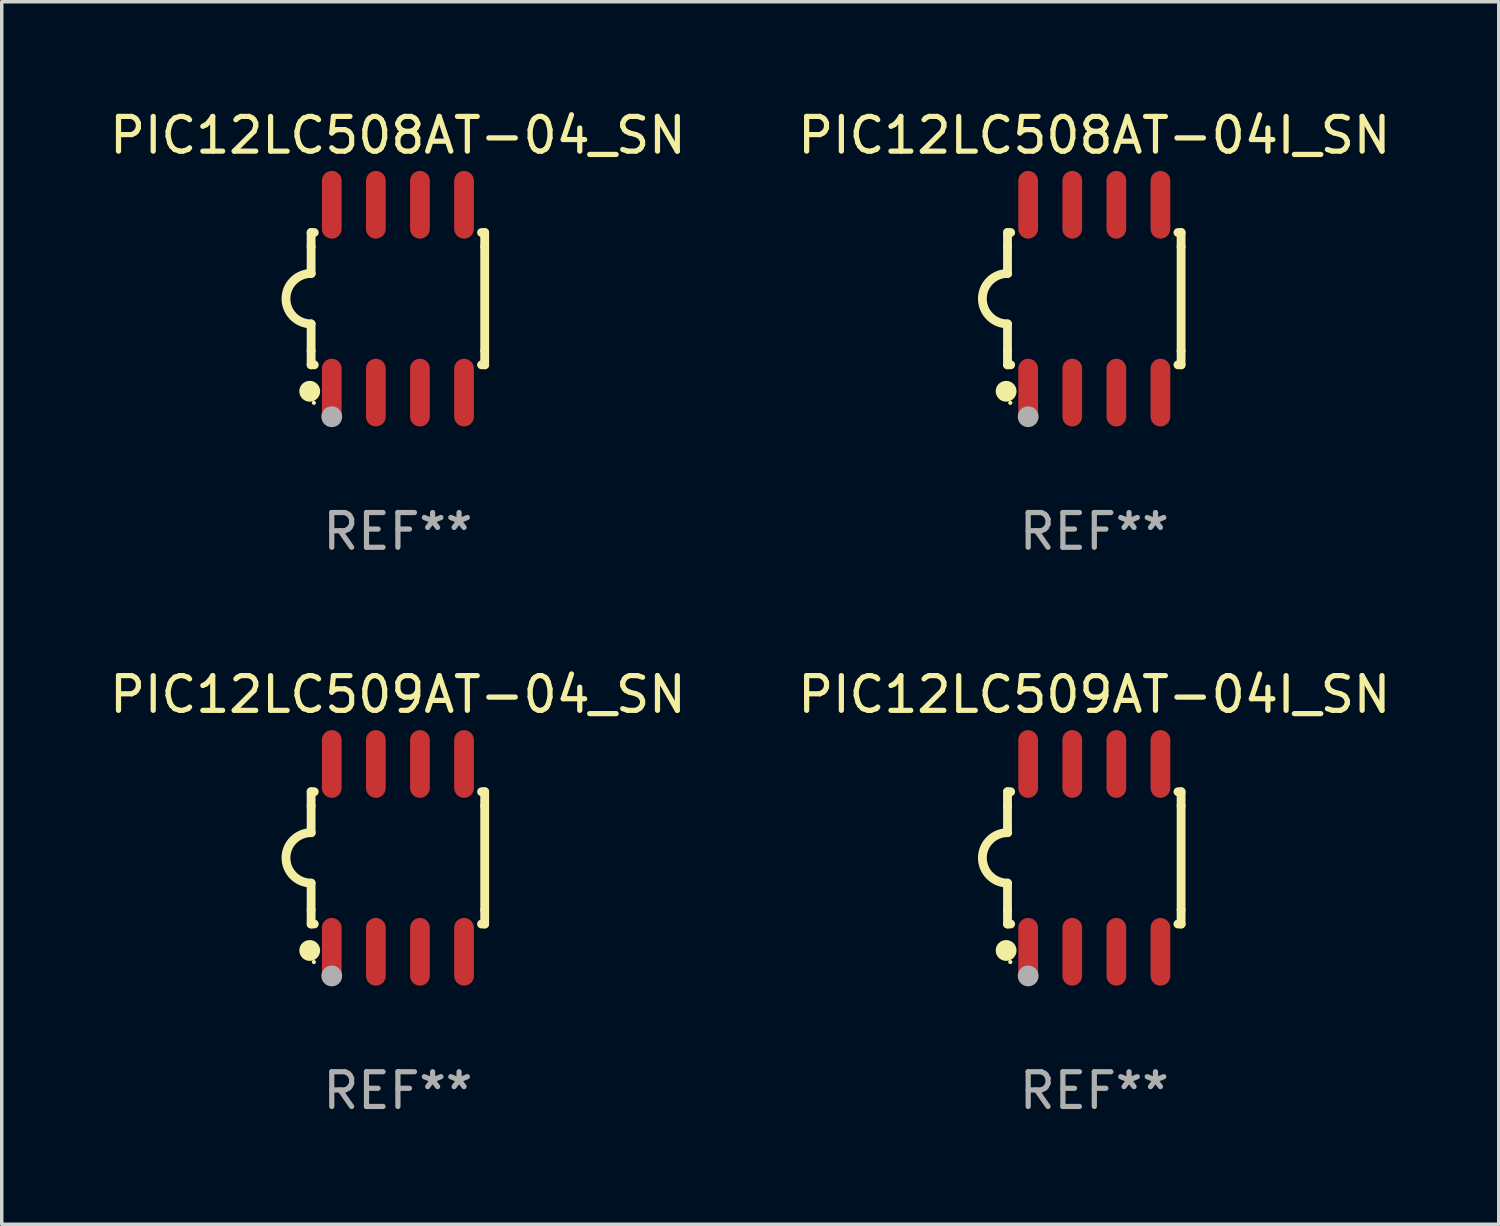
<source format=kicad_pcb>
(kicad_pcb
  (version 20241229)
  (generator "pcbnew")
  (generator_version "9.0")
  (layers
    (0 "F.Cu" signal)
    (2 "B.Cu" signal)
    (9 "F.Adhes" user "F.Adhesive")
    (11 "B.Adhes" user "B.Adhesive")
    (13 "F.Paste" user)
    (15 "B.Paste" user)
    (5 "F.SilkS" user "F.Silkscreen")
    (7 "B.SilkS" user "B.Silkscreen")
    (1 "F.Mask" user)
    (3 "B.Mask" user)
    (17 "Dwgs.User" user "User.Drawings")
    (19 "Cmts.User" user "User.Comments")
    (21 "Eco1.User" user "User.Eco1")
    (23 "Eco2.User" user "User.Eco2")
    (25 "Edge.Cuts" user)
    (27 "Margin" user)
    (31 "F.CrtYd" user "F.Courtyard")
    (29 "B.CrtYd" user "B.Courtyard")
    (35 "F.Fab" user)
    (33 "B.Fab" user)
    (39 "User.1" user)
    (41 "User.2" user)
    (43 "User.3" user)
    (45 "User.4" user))
  (footprint "PIC12LC508AT-04I_SN"
    (layer "F.Cu")
    (at 28.47 5.553)
    (property "Reference" "PIC12LC508AT-04I_SN" (at 0 -4.705 0) (layer "F.SilkS") (effects (font (size 1 1) (thickness 0.15))))
    (attr through_hole)
    (fp_line (start -2.5 -1.905) (end -2.409 -1.905) (stroke (width 0.254) (type solid)) (layer "F.SilkS"))
    (fp_line (start -2.5 -1.5) (end -2.5 -1.905) (stroke (width 0.254) (type solid)) (layer "F.SilkS"))
    (fp_line (start -2.5 -1.5) (end -2.5 -0.726) (stroke (width 0.254) (type solid)) (layer "F.SilkS"))
    (fp_line (start -2.5 1.5) (end -2.5 0.727) (stroke (width 0.254) (type solid)) (layer "F.SilkS"))
    (fp_line (start -2.5 1.5) (end -2.5 1.905) (stroke (width 0.254) (type solid)) (layer "F.SilkS"))
    (fp_line (start -2.5 1.905) (end -2.409 1.905) (stroke (width 0.254) (type solid)) (layer "F.SilkS"))
    (fp_line (start 2.5 -1.905) (end 2.409 -1.905) (stroke (width 0.254) (type solid)) (layer "F.SilkS"))
    (fp_line (start 2.5 -1.5) (end 2.5 -1.905) (stroke (width 0.254) (type solid)) (layer "F.SilkS"))
    (fp_line (start 2.5 -1.5) (end 2.5 1.5) (stroke (width 0.254) (type solid)) (layer "F.SilkS"))
    (fp_line (start 2.5 1.5) (end 2.5 1.905) (stroke (width 0.254) (type solid)) (layer "F.SilkS"))
    (fp_line (start 2.5 1.905) (end 2.409 1.905) (stroke (width 0.254) (type solid)) (layer "F.SilkS"))
    (fp_arc (start -2.5 0.726568) (mid -3.220316 -0.0023) (end -2.495097 -0.726289) (stroke (width 0.254001) (type solid)) (layer "F.SilkS"))
    (fp_circle (center -2.54 2.667) (end -2.39 2.667) (stroke (width 0.3) (type solid)) (fill no) (layer "F.SilkS"))
    (fp_circle (center -2.42 3) (end -2.39 3) (stroke (width 0.06) (type solid)) (fill no) (layer "F.SilkS"))
    (fp_circle (center -1.905 3.4) (end -1.755 3.4) (stroke (width 0.3) (type solid)) (fill no) (layer "F.Fab"))
    (fp_text user "REF**" (at 0 6.705 0) (layer "F.Fab") (effects (font (size 1 1) (thickness 0.15))))
    (pad "1" smd oval (at -1.905 2.705) (size 0.568 1.95) (layers "F.Cu" "F.Mask" "F.Paste"))
    (pad "2" smd oval (at -0.635 2.705) (size 0.568 1.95) (layers "F.Cu" "F.Mask" "F.Paste"))
    (pad "3" smd oval (at 0.635 2.705) (size 0.568 1.95) (layers "F.Cu" "F.Mask" "F.Paste"))
    (pad "4" smd oval (at 1.905 2.705) (size 0.568 1.95) (layers "F.Cu" "F.Mask" "F.Paste"))
    (pad "5" smd oval (at 1.905 -2.705) (size 0.568 1.95) (layers "F.Cu" "F.Mask" "F.Paste"))
    (pad "6" smd oval (at 0.635 -2.705) (size 0.568 1.95) (layers "F.Cu" "F.Mask" "F.Paste"))
    (pad "7" smd oval (at -0.635 -2.705) (size 0.568 1.95) (layers "F.Cu" "F.Mask" "F.Paste"))
    (pad "8" smd oval (at -1.905 -2.705) (size 0.568 1.95) (layers "F.Cu" "F.Mask" "F.Paste")))
  (footprint "PIC12LC509AT-04I_SN"
    (layer "F.Cu")
    (at 28.47 21.66)
    (property "Reference" "PIC12LC509AT-04I_SN" (at 0 -4.705 0) (layer "F.SilkS") (effects (font (size 1 1) (thickness 0.15))))
    (attr through_hole)
    (fp_line (start -2.5 -1.905) (end -2.409 -1.905) (stroke (width 0.254) (type solid)) (layer "F.SilkS"))
    (fp_line (start -2.5 -1.5) (end -2.5 -1.905) (stroke (width 0.254) (type solid)) (layer "F.SilkS"))
    (fp_line (start -2.5 -1.5) (end -2.5 -0.726) (stroke (width 0.254) (type solid)) (layer "F.SilkS"))
    (fp_line (start -2.5 1.5) (end -2.5 0.727) (stroke (width 0.254) (type solid)) (layer "F.SilkS"))
    (fp_line (start -2.5 1.5) (end -2.5 1.905) (stroke (width 0.254) (type solid)) (layer "F.SilkS"))
    (fp_line (start -2.5 1.905) (end -2.409 1.905) (stroke (width 0.254) (type solid)) (layer "F.SilkS"))
    (fp_line (start 2.5 -1.905) (end 2.409 -1.905) (stroke (width 0.254) (type solid)) (layer "F.SilkS"))
    (fp_line (start 2.5 -1.5) (end 2.5 -1.905) (stroke (width 0.254) (type solid)) (layer "F.SilkS"))
    (fp_line (start 2.5 -1.5) (end 2.5 1.5) (stroke (width 0.254) (type solid)) (layer "F.SilkS"))
    (fp_line (start 2.5 1.5) (end 2.5 1.905) (stroke (width 0.254) (type solid)) (layer "F.SilkS"))
    (fp_line (start 2.5 1.905) (end 2.409 1.905) (stroke (width 0.254) (type solid)) (layer "F.SilkS"))
    (fp_arc (start -2.5 0.726568) (mid -3.220316 -0.0023) (end -2.495097 -0.726289) (stroke (width 0.254001) (type solid)) (layer "F.SilkS"))
    (fp_circle (center -2.54 2.667) (end -2.39 2.667) (stroke (width 0.3) (type solid)) (fill no) (layer "F.SilkS"))
    (fp_circle (center -2.42 3) (end -2.39 3) (stroke (width 0.06) (type solid)) (fill no) (layer "F.SilkS"))
    (fp_circle (center -1.905 3.4) (end -1.755 3.4) (stroke (width 0.3) (type solid)) (fill no) (layer "F.Fab"))
    (fp_text user "REF**" (at 0 6.705 0) (layer "F.Fab") (effects (font (size 1 1) (thickness 0.15))))
    (pad "1" smd oval (at -1.905 2.705) (size 0.568 1.95) (layers "F.Cu" "F.Mask" "F.Paste"))
    (pad "2" smd oval (at -0.635 2.705) (size 0.568 1.95) (layers "F.Cu" "F.Mask" "F.Paste"))
    (pad "3" smd oval (at 0.635 2.705) (size 0.568 1.95) (layers "F.Cu" "F.Mask" "F.Paste"))
    (pad "4" smd oval (at 1.905 2.705) (size 0.568 1.95) (layers "F.Cu" "F.Mask" "F.Paste"))
    (pad "5" smd oval (at 1.905 -2.705) (size 0.568 1.95) (layers "F.Cu" "F.Mask" "F.Paste"))
    (pad "6" smd oval (at 0.635 -2.705) (size 0.568 1.95) (layers "F.Cu" "F.Mask" "F.Paste"))
    (pad "7" smd oval (at -0.635 -2.705) (size 0.568 1.95) (layers "F.Cu" "F.Mask" "F.Paste"))
    (pad "8" smd oval (at -1.905 -2.705) (size 0.568 1.95) (layers "F.Cu" "F.Mask" "F.Paste")))
  (footprint "PIC12LC509AT-04_SN"
    (layer "F.Cu")
    (at 8.411 21.66)
    (property "Reference" "PIC12LC509AT-04_SN" (at 0 -4.705 0) (layer "F.SilkS") (effects (font (size 1 1) (thickness 0.15))))
    (attr through_hole)
    (fp_line (start -2.5 -1.905) (end -2.409 -1.905) (stroke (width 0.254) (type solid)) (layer "F.SilkS"))
    (fp_line (start -2.5 -1.5) (end -2.5 -1.905) (stroke (width 0.254) (type solid)) (layer "F.SilkS"))
    (fp_line (start -2.5 -1.5) (end -2.5 -0.726) (stroke (width 0.254) (type solid)) (layer "F.SilkS"))
    (fp_line (start -2.5 1.5) (end -2.5 0.727) (stroke (width 0.254) (type solid)) (layer "F.SilkS"))
    (fp_line (start -2.5 1.5) (end -2.5 1.905) (stroke (width 0.254) (type solid)) (layer "F.SilkS"))
    (fp_line (start -2.5 1.905) (end -2.409 1.905) (stroke (width 0.254) (type solid)) (layer "F.SilkS"))
    (fp_line (start 2.5 -1.905) (end 2.409 -1.905) (stroke (width 0.254) (type solid)) (layer "F.SilkS"))
    (fp_line (start 2.5 -1.5) (end 2.5 -1.905) (stroke (width 0.254) (type solid)) (layer "F.SilkS"))
    (fp_line (start 2.5 -1.5) (end 2.5 1.5) (stroke (width 0.254) (type solid)) (layer "F.SilkS"))
    (fp_line (start 2.5 1.5) (end 2.5 1.905) (stroke (width 0.254) (type solid)) (layer "F.SilkS"))
    (fp_line (start 2.5 1.905) (end 2.409 1.905) (stroke (width 0.254) (type solid)) (layer "F.SilkS"))
    (fp_arc (start -2.5 0.726568) (mid -3.220316 -0.0023) (end -2.495097 -0.726289) (stroke (width 0.254001) (type solid)) (layer "F.SilkS"))
    (fp_circle (center -2.54 2.667) (end -2.39 2.667) (stroke (width 0.3) (type solid)) (fill no) (layer "F.SilkS"))
    (fp_circle (center -2.42 3) (end -2.39 3) (stroke (width 0.06) (type solid)) (fill no) (layer "F.SilkS"))
    (fp_circle (center -1.905 3.4) (end -1.755 3.4) (stroke (width 0.3) (type solid)) (fill no) (layer "F.Fab"))
    (fp_text user "REF**" (at 0 6.705 0) (layer "F.Fab") (effects (font (size 1 1) (thickness 0.15))))
    (pad "1" smd oval (at -1.905 2.705) (size 0.568 1.95) (layers "F.Cu" "F.Mask" "F.Paste"))
    (pad "2" smd oval (at -0.635 2.705) (size 0.568 1.95) (layers "F.Cu" "F.Mask" "F.Paste"))
    (pad "3" smd oval (at 0.635 2.705) (size 0.568 1.95) (layers "F.Cu" "F.Mask" "F.Paste"))
    (pad "4" smd oval (at 1.905 2.705) (size 0.568 1.95) (layers "F.Cu" "F.Mask" "F.Paste"))
    (pad "5" smd oval (at 1.905 -2.705) (size 0.568 1.95) (layers "F.Cu" "F.Mask" "F.Paste"))
    (pad "6" smd oval (at 0.635 -2.705) (size 0.568 1.95) (layers "F.Cu" "F.Mask" "F.Paste"))
    (pad "7" smd oval (at -0.635 -2.705) (size 0.568 1.95) (layers "F.Cu" "F.Mask" "F.Paste"))
    (pad "8" smd oval (at -1.905 -2.705) (size 0.568 1.95) (layers "F.Cu" "F.Mask" "F.Paste")))
  (footprint "PIC12LC508AT-04_SN"
    (layer "F.Cu")
    (at 8.411 5.553)
    (property "Reference" "PIC12LC508AT-04_SN" (at 0 -4.705 0) (layer "F.SilkS") (effects (font (size 1 1) (thickness 0.15))))
    (attr through_hole)
    (fp_line (start -2.5 -1.905) (end -2.409 -1.905) (stroke (width 0.254) (type solid)) (layer "F.SilkS"))
    (fp_line (start -2.5 -1.5) (end -2.5 -1.905) (stroke (width 0.254) (type solid)) (layer "F.SilkS"))
    (fp_line (start -2.5 -1.5) (end -2.5 -0.726) (stroke (width 0.254) (type solid)) (layer "F.SilkS"))
    (fp_line (start -2.5 1.5) (end -2.5 0.727) (stroke (width 0.254) (type solid)) (layer "F.SilkS"))
    (fp_line (start -2.5 1.5) (end -2.5 1.905) (stroke (width 0.254) (type solid)) (layer "F.SilkS"))
    (fp_line (start -2.5 1.905) (end -2.409 1.905) (stroke (width 0.254) (type solid)) (layer "F.SilkS"))
    (fp_line (start 2.5 -1.905) (end 2.409 -1.905) (stroke (width 0.254) (type solid)) (layer "F.SilkS"))
    (fp_line (start 2.5 -1.5) (end 2.5 -1.905) (stroke (width 0.254) (type solid)) (layer "F.SilkS"))
    (fp_line (start 2.5 -1.5) (end 2.5 1.5) (stroke (width 0.254) (type solid)) (layer "F.SilkS"))
    (fp_line (start 2.5 1.5) (end 2.5 1.905) (stroke (width 0.254) (type solid)) (layer "F.SilkS"))
    (fp_line (start 2.5 1.905) (end 2.409 1.905) (stroke (width 0.254) (type solid)) (layer "F.SilkS"))
    (fp_arc (start -2.5 0.726568) (mid -3.220316 -0.0023) (end -2.495097 -0.726289) (stroke (width 0.254001) (type solid)) (layer "F.SilkS"))
    (fp_circle (center -2.54 2.667) (end -2.39 2.667) (stroke (width 0.3) (type solid)) (fill no) (layer "F.SilkS"))
    (fp_circle (center -2.42 3) (end -2.39 3) (stroke (width 0.06) (type solid)) (fill no) (layer "F.SilkS"))
    (fp_circle (center -1.905 3.4) (end -1.755 3.4) (stroke (width 0.3) (type solid)) (fill no) (layer "F.Fab"))
    (fp_text user "REF**" (at 0 6.705 0) (layer "F.Fab") (effects (font (size 1 1) (thickness 0.15))))
    (pad "1" smd oval (at -1.905 2.705) (size 0.568 1.95) (layers "F.Cu" "F.Mask" "F.Paste"))
    (pad "2" smd oval (at -0.635 2.705) (size 0.568 1.95) (layers "F.Cu" "F.Mask" "F.Paste"))
    (pad "3" smd oval (at 0.635 2.705) (size 0.568 1.95) (layers "F.Cu" "F.Mask" "F.Paste"))
    (pad "4" smd oval (at 1.905 2.705) (size 0.568 1.95) (layers "F.Cu" "F.Mask" "F.Paste"))
    (pad "5" smd oval (at 1.905 -2.705) (size 0.568 1.95) (layers "F.Cu" "F.Mask" "F.Paste"))
    (pad "6" smd oval (at 0.635 -2.705) (size 0.568 1.95) (layers "F.Cu" "F.Mask" "F.Paste"))
    (pad "7" smd oval (at -0.635 -2.705) (size 0.568 1.95) (layers "F.Cu" "F.Mask" "F.Paste"))
    (pad "8" smd oval (at -1.905 -2.705) (size 0.568 1.95) (layers "F.Cu" "F.Mask" "F.Paste")))
  (gr_rect
    (start -3 -3)
    (end 40.119 32.213)
    (stroke (width 0.1) (type default))
    (fill no)
    (layer "Edge.Cuts")))
</source>
